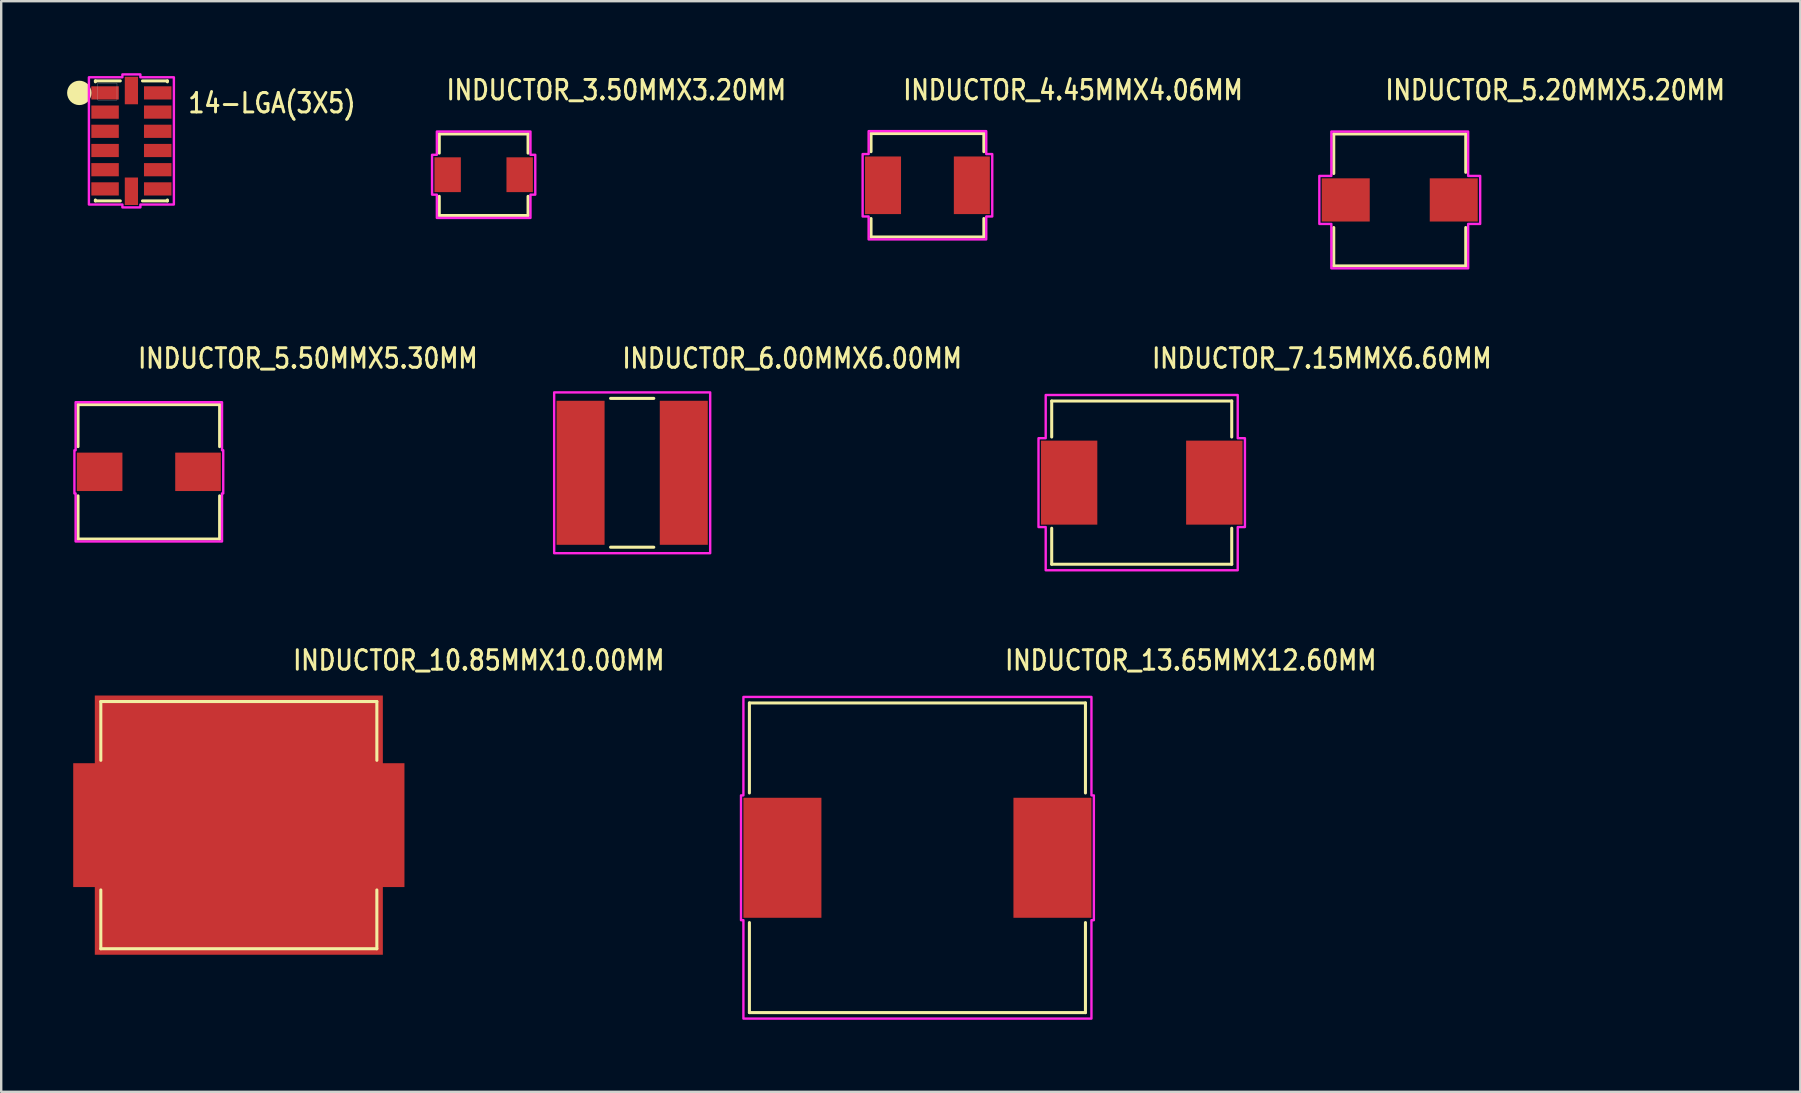
<source format=kicad_pcb>
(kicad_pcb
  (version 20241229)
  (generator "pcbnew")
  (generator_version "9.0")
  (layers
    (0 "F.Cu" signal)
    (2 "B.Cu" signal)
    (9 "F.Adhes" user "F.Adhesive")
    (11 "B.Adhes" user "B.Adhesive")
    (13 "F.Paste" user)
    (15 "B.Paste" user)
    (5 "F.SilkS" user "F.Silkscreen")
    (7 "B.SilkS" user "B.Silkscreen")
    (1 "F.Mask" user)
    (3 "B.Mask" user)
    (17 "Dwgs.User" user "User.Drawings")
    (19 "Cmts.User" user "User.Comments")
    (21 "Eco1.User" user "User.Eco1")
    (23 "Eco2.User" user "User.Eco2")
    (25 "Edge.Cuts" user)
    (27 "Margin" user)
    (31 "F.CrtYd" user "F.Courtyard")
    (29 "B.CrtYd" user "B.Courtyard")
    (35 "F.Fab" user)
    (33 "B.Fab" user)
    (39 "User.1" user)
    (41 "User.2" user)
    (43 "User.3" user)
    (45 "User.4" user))
  (footprint "INDUCTOR_7.15MMX6.60MM"
    (layer "F.Cu")
    (at 44.515 17.057)
    (property "Reference" "INDUCTOR_7.15MMX6.60MM" (at 0.36 -4.7 0) (unlocked yes) (layer "F.SilkS") (effects (font (size 0.813 0.695) (thickness 0.122)) (justify left bottom)))
    (fp_line (start -3.75 -3.4) (end -3.75 -1.9) (stroke (width 0.127) (type solid)) (layer "F.SilkS"))
    (fp_line (start -3.75 -3.4) (end 3.75 -3.4) (stroke (width 0.127) (type solid)) (layer "F.SilkS"))
    (fp_line (start -3.75 1.9) (end -3.75 3.4) (stroke (width 0.127) (type solid)) (layer "F.SilkS"))
    (fp_line (start 3.75 -3.4) (end 3.75 -1.9) (stroke (width 0.127) (type solid)) (layer "F.SilkS"))
    (fp_line (start 3.75 1.9) (end 3.75 3.4) (stroke (width 0.127) (type solid)) (layer "F.SilkS"))
    (fp_line (start 3.75 3.4) (end -3.75 3.4) (stroke (width 0.127) (type solid)) (layer "F.SilkS"))
    (fp_poly (pts (xy -4 -1.85) (xy -4 -3.65) (xy 4 -3.65) (xy 4 -1.85) (xy 4.3 -1.85) (xy 4.3 1.85) (xy 4 1.85) (xy 4 3.65) (xy -4 3.65) (xy -4 1.85) (xy -4.3 1.85) (xy -4.3 -1.85)) (stroke (width 0.1) (type solid)) (fill no) (layer "F.CrtYd"))
    (pad "P$1" smd rect (at -3.025 0) (size 2.35 3.5) (layers "F.Cu" "F.Mask" "F.Paste"))
    (pad "P$2" smd rect (at 3.025 0) (size 2.35 3.5) (layers "F.Cu" "F.Mask" "F.Paste")))
  (footprint "INDUCTOR_10.85MMX10.00MM"
    (layer "F.Cu")
    (at 6.9 31.326)
    (property "Reference" "INDUCTOR_10.85MMX10.00MM" (at 2.19 -6.39 0) (unlocked yes) (layer "F.SilkS") (effects (font (size 0.813 0.695) (thickness 0.122)) (justify left bottom)))
    (fp_poly (pts (xy -6.9 2.58) (xy -6.9 -2.58) (xy -6 -2.58) (xy -6 -5.4) (xy 6 -5.4) (xy 6 -2.58) (xy 6.9 -2.58) (xy 6.9 2.58) (xy 6 2.58) (xy 6 5.4) (xy -6 5.4) (xy -6 2.58)) (stroke (width 0) (type solid)) (fill yes) (layer "F.Cu"))
    (fp_line (start -5.75 -5.15) (end -5.75 -2.7) (stroke (width 0.127) (type solid)) (layer "F.SilkS"))
    (fp_line (start -5.75 -5.15) (end 5.75 -5.15) (stroke (width 0.127) (type solid)) (layer "F.SilkS"))
    (fp_line (start -5.75 2.7) (end -5.75 5.15) (stroke (width 0.127) (type solid)) (layer "F.SilkS"))
    (fp_line (start 5.75 -5.15) (end 5.75 -2.7) (stroke (width 0.127) (type solid)) (layer "F.SilkS"))
    (fp_line (start 5.75 2.7) (end 5.75 5.15) (stroke (width 0.127) (type solid)) (layer "F.SilkS"))
    (fp_line (start 5.75 5.15) (end -5.75 5.15) (stroke (width 0.127) (type solid)) (layer "F.SilkS"))
    (pad "P$1" smd rect (at -4.75 0) (size 4.1 4.95) (layers "F.Cu" "F.Mask" "F.Paste"))
    (pad "P$2" smd rect (at 4.75 0) (size 4.1 4.95) (layers "F.Cu" "F.Mask" "F.Paste")))
  (footprint "INDUCTOR_5.20MMX5.20MM"
    (layer "F.Cu")
    (at 55.265 5.279)
    (property "Reference" "INDUCTOR_5.20MMX5.20MM" (at -0.67 -4.1 0) (unlocked yes) (layer "F.SilkS") (effects (font (size 0.813 0.695) (thickness 0.122)) (justify left bottom)))
    (fp_line (start -2.75 -2.75) (end -2.75 -1.1) (stroke (width 0.127) (type solid)) (layer "F.SilkS"))
    (fp_line (start -2.75 -2.75) (end 2.75 -2.75) (stroke (width 0.127) (type solid)) (layer "F.SilkS"))
    (fp_line (start -2.75 1.15) (end -2.75 2.75) (stroke (width 0.127) (type solid)) (layer "F.SilkS"))
    (fp_line (start 2.75 -2.75) (end 2.75 -1.15) (stroke (width 0.127) (type solid)) (layer "F.SilkS"))
    (fp_line (start 2.75 1.15) (end 2.75 2.75) (stroke (width 0.127) (type solid)) (layer "F.SilkS"))
    (fp_line (start 2.75 2.75) (end -2.75 2.75) (stroke (width 0.127) (type solid)) (layer "F.SilkS"))
    (fp_poly (pts (xy -3.35 1) (xy -3.35 -1) (xy -2.85 -1) (xy -2.85 -2.85) (xy 2.85 -2.85) (xy 2.85 -1) (xy 3.35 -1) (xy 3.35 1) (xy 2.85 1) (xy 2.85 2.85) (xy -2.85 2.85) (xy -2.85 1)) (stroke (width 0.1) (type solid)) (fill no) (layer "F.CrtYd"))
    (pad "P$1" smd rect (at -2.25 0) (size 2 1.8) (layers "F.Cu" "F.Mask" "F.Paste"))
    (pad "P$2" smd rect (at 2.25 0) (size 2 1.8) (layers "F.Cu" "F.Mask" "F.Paste")))
  (footprint "14-LGA(3X5)"
    (layer "F.Cu")
    (at 2.424 2.82)
    (property "Reference" "14-LGA(3X5)" (at 2.3 -1.1 0) (unlocked yes) (layer "F.SilkS") (effects (font (size 0.813 0.695) (thickness 0.122)) (justify left bottom)))
    (fp_line (start -1.5 -2.5) (end -1.5 -2.462) (stroke (width 0.127) (type solid)) (layer "F.SilkS"))
    (fp_line (start -1.5 2.5) (end -1.5 2.462) (stroke (width 0.127) (type solid)) (layer "F.SilkS"))
    (fp_line (start -0.462 -2.5) (end -1.5 -2.5) (stroke (width 0.127) (type solid)) (layer "F.SilkS"))
    (fp_line (start -0.462 2.5) (end -1.5 2.5) (stroke (width 0.127) (type solid)) (layer "F.SilkS"))
    (fp_line (start 0.462 -2.5) (end 1.5 -2.5) (stroke (width 0.127) (type solid)) (layer "F.SilkS"))
    (fp_line (start 0.462 2.5) (end 1.5 2.5) (stroke (width 0.127) (type solid)) (layer "F.SilkS"))
    (fp_line (start 1.5 -2.5) (end 1.5 -2.462) (stroke (width 0.127) (type solid)) (layer "F.SilkS"))
    (fp_line (start 1.5 2.5) (end 1.5 2.462) (stroke (width 0.127) (type solid)) (layer "F.SilkS"))
    (fp_circle (center -2.17 -2) (end -2.17 -2) (stroke (width 0.508) (type solid)) (fill no) (layer "F.SilkS"))
    (fp_rect (start -1.4 -1.7) (end -0.6 -2.4) (stroke (width 0.01) (type solid)) (fill no) (layer "Dwgs.User"))
    (fp_poly (pts (xy -1.77 -2.65) (xy -0.375 -2.65) (xy -0.375 -2.77) (xy 0.375 -2.77) (xy 0.375 -2.65) (xy 1.77 -2.65) (xy 1.77 2.65) (xy 0.375 2.65) (xy 0.375 2.77) (xy -0.375 2.77) (xy -0.375 2.65) (xy -1.77 2.65)) (stroke (width 0.1) (type solid)) (fill no) (layer "F.CrtYd"))
    (pad "P$1" smd rect (at -1.097 -2) (size 1.145 0.55) (layers "F.Cu" "F.Mask" "F.Paste"))
    (pad "P$2" smd rect (at -1.097 -1.2) (size 1.145 0.55) (layers "F.Cu" "F.Mask" "F.Paste"))
    (pad "P$3" smd rect (at -1.097 -0.4) (size 1.145 0.55) (layers "F.Cu" "F.Mask" "F.Paste"))
    (pad "P$4" smd rect (at -1.097 0.4) (size 1.145 0.55) (layers "F.Cu" "F.Mask" "F.Paste"))
    (pad "P$5" smd rect (at -1.097 1.2) (size 1.145 0.55) (layers "F.Cu" "F.Mask" "F.Paste"))
    (pad "P$6" smd rect (at -1.097 2) (size 1.145 0.55) (layers "F.Cu" "F.Mask" "F.Paste"))
    (pad "P$7" smd rect (at 0 2.098) (size 0.55 1.145) (layers "F.Cu" "F.Mask" "F.Paste"))
    (pad "P$8" smd rect (at 1.097 2) (size 1.145 0.55) (layers "F.Cu" "F.Mask" "F.Paste"))
    (pad "P$9" smd rect (at 1.097 1.2) (size 1.145 0.55) (layers "F.Cu" "F.Mask" "F.Paste"))
    (pad "P$10" smd rect (at 1.097 0.4) (size 1.145 0.55) (layers "F.Cu" "F.Mask" "F.Paste"))
    (pad "P$11" smd rect (at 1.097 -0.4) (size 1.145 0.55) (layers "F.Cu" "F.Mask" "F.Paste"))
    (pad "P$12" smd rect (at 1.097 -1.2) (size 1.145 0.55) (layers "F.Cu" "F.Mask" "F.Paste"))
    (pad "P$13" smd rect (at 1.097 -2) (size 1.145 0.55) (layers "F.Cu" "F.Mask" "F.Paste"))
    (pad "P$14" smd rect (at 0 -2.098) (size 0.55 1.145) (layers "F.Cu" "F.Mask" "F.Paste")))
  (footprint "INDUCTOR_13.65MMX12.60MM"
    (layer "F.Cu")
    (at 35.171 32.686)
    (property "Reference" "INDUCTOR_13.65MMX12.60MM" (at 3.58 -7.75 0) (unlocked yes) (layer "F.SilkS") (effects (font (size 0.813 0.695) (thickness 0.122)) (justify left bottom)))
    (fp_line (start -7 -6.45) (end -7 -2.7) (stroke (width 0.127) (type solid)) (layer "F.SilkS"))
    (fp_line (start -7 -6.45) (end 7 -6.45) (stroke (width 0.127) (type solid)) (layer "F.SilkS"))
    (fp_line (start -7 2.7) (end -7 6.45) (stroke (width 0.127) (type solid)) (layer "F.SilkS"))
    (fp_line (start 7 -6.45) (end 7 -2.7) (stroke (width 0.127) (type solid)) (layer "F.SilkS"))
    (fp_line (start 7 2.7) (end 7 6.45) (stroke (width 0.127) (type solid)) (layer "F.SilkS"))
    (fp_line (start 7 6.45) (end -7 6.45) (stroke (width 0.127) (type solid)) (layer "F.SilkS"))
    (fp_poly (pts (xy -7.35 2.6) (xy -7.35 -2.6) (xy -7.25 -2.6) (xy -7.25 -6.7) (xy 7.25 -6.7) (xy 7.25 -2.6) (xy 7.35 -2.6) (xy 7.35 2.6) (xy 7.25 2.6) (xy 7.25 6.7) (xy -7.25 6.7) (xy -7.25 2.6)) (stroke (width 0.1) (type solid)) (fill no) (layer "F.CrtYd"))
    (pad "P$1" smd rect (at -5.625 0) (size 3.25 5) (layers "F.Cu" "F.Mask" "F.Paste"))
    (pad "P$2" smd rect (at 5.625 0) (size 3.25 5) (layers "F.Cu" "F.Mask" "F.Paste")))
  (footprint "INDUCTOR_5.50MMX5.30MM"
    (layer "F.Cu")
    (at 3.15 16.607)
    (property "Reference" "INDUCTOR_5.50MMX5.30MM" (at -0.52 -4.25 0) (unlocked yes) (layer "F.SilkS") (effects (font (size 0.813 0.695) (thickness 0.122)) (justify left bottom)))
    (fp_line (start -2.95 -2.8) (end 2.95 -2.8) (stroke (width 0.127) (type solid)) (layer "F.SilkS"))
    (fp_line (start -2.95 -1.05) (end -2.95 -2.8) (stroke (width 0.127) (type solid)) (layer "F.SilkS"))
    (fp_line (start -2.95 2.8) (end -2.95 1) (stroke (width 0.127) (type solid)) (layer "F.SilkS"))
    (fp_line (start 2.95 -1.05) (end 2.95 -2.8) (stroke (width 0.127) (type solid)) (layer "F.SilkS"))
    (fp_line (start 2.95 2.8) (end -2.95 2.8) (stroke (width 0.127) (type solid)) (layer "F.SilkS"))
    (fp_line (start 2.95 2.8) (end 2.95 1) (stroke (width 0.127) (type solid)) (layer "F.SilkS"))
    (fp_poly (pts (xy 3.05 2.9) (xy -3.05 2.9) (xy -3.05 0.9) (xy -3.1 0.9) (xy -3.1 -0.9) (xy -3.05 -0.9) (xy -3.05 -2.9) (xy 3.05 -2.9) (xy 3.05 -0.9) (xy 3.1 -0.9) (xy 3.1 0.9) (xy 3.05 0.9)) (stroke (width 0.1) (type solid)) (fill no) (layer "F.CrtYd"))
    (pad "P$1" smd rect (at -2.05 0) (size 1.9 1.6) (layers "F.Cu" "F.Mask" "F.Paste"))
    (pad "P$2" smd rect (at 2.05 0) (size 1.9 1.6) (layers "F.Cu" "F.Mask" "F.Paste")))
  (footprint "INDUCTOR_3.50MMX3.20MM"
    (layer "F.Cu")
    (at 17.1 4.229)
    (property "Reference" "INDUCTOR_3.50MMX3.20MM" (at -1.62 -3.05 0) (unlocked yes) (layer "F.SilkS") (effects (font (size 0.813 0.695) (thickness 0.122)) (justify left bottom)))
    (fp_line (start -1.85 -1.7) (end -1.85 -0.9) (stroke (width 0.127) (type solid)) (layer "F.SilkS"))
    (fp_line (start -1.85 -1.7) (end 1.85 -1.7) (stroke (width 0.127) (type solid)) (layer "F.SilkS"))
    (fp_line (start -1.85 0.9) (end -1.85 1.7) (stroke (width 0.127) (type solid)) (layer "F.SilkS"))
    (fp_line (start 1.85 -1.7) (end 1.85 -0.9) (stroke (width 0.127) (type solid)) (layer "F.SilkS"))
    (fp_line (start 1.85 0.9) (end 1.85 1.7) (stroke (width 0.127) (type solid)) (layer "F.SilkS"))
    (fp_line (start 1.85 1.7) (end -1.85 1.7) (stroke (width 0.127) (type solid)) (layer "F.SilkS"))
    (fp_poly (pts (xy -2.15 -0.83) (xy -1.95 -0.83) (xy -1.95 -1.8) (xy 1.95 -1.8) (xy 1.95 -0.83) (xy 2.15 -0.83) (xy 2.15 0.83) (xy 1.95 0.83) (xy 1.95 1.8) (xy -1.95 1.8) (xy -1.95 0.83) (xy -2.15 0.83)) (stroke (width 0.1) (type solid)) (fill no) (layer "F.CrtYd"))
    (pad "P$1" smd rect (at -1.5 0) (size 1.1 1.45) (layers "F.Cu" "F.Mask" "F.Paste"))
    (pad "P$2" smd rect (at 1.5 0) (size 1.1 1.45) (layers "F.Cu" "F.Mask" "F.Paste")))
  (footprint "INDUCTOR_6.00MMX6.00MM"
    (layer "F.Cu")
    (at 23.287 16.647)
    (property "Reference" "INDUCTOR_6.00MMX6.00MM" (at -0.48 -4.29 0) (unlocked yes) (layer "F.SilkS") (effects (font (size 0.813 0.695) (thickness 0.122)) (justify left bottom)))
    (fp_line (start -0.9 -3.1) (end 0.9 -3.1) (stroke (width 0.127) (type solid)) (layer "F.SilkS"))
    (fp_line (start 0.9 3.1) (end -0.9 3.1) (stroke (width 0.127) (type solid)) (layer "F.SilkS"))
    (fp_poly (pts (xy -3.25 3.35) (xy -3.25 -3.35) (xy 3.25 -3.35) (xy 3.25 3.35)) (stroke (width 0.1) (type solid)) (fill no) (layer "F.CrtYd"))
    (pad "P$1" smd rect (at -2.15 0) (size 2 6) (layers "F.Cu" "F.Mask" "F.Paste"))
    (pad "P$2" smd rect (at 2.15 0) (size 2 6) (layers "F.Cu" "F.Mask" "F.Paste")))
  (footprint "INDUCTOR_4.45MMX4.06MM"
    (layer "F.Cu")
    (at 35.588 4.669)
    (property "Reference" "INDUCTOR_4.45MMX4.06MM" (at -1.08 -3.49 0) (unlocked yes) (layer "F.SilkS") (effects (font (size 0.813 0.695) (thickness 0.122)) (justify left bottom)))
    (fp_line (start -2.35 -2.155) (end -2.35 -1.4) (stroke (width 0.127) (type solid)) (layer "F.SilkS"))
    (fp_line (start -2.35 -2.155) (end 2.35 -2.155) (stroke (width 0.127) (type solid)) (layer "F.SilkS"))
    (fp_line (start -2.35 1.385) (end -2.35 2.155) (stroke (width 0.127) (type solid)) (layer "F.SilkS"))
    (fp_line (start 2.35 -2.155) (end 2.35 -1.4) (stroke (width 0.127) (type solid)) (layer "F.SilkS"))
    (fp_line (start 2.35 1.385) (end 2.35 2.1) (stroke (width 0.127) (type solid)) (layer "F.SilkS"))
    (fp_line (start 2.35 2.155) (end -2.35 2.155) (stroke (width 0.127) (type solid)) (layer "F.SilkS"))
    (fp_poly (pts (xy -2.7 1.3) (xy -2.7 -1.3) (xy -2.45 -1.3) (xy -2.45 -2.255) (xy 2.45 -2.255) (xy 2.45 -1.3) (xy 2.7 -1.3) (xy 2.7 1.3) (xy 2.45 1.3) (xy 2.45 2.255) (xy -2.45 2.255) (xy -2.45 1.3)) (stroke (width 0.1) (type solid)) (fill no) (layer "F.CrtYd"))
    (pad "P$1" smd rect (at -1.85 0) (size 1.5 2.4) (layers "F.Cu" "F.Mask" "F.Paste"))
    (pad "P$2" smd rect (at 1.85 0) (size 1.5 2.4) (layers "F.Cu" "F.Mask" "F.Paste")))
  (gr_rect
    (start -3 -3)
    (end 71.952 42.436)
    (stroke (width 0.1) (type default))
    (fill no)
    (layer "Edge.Cuts")))
</source>
